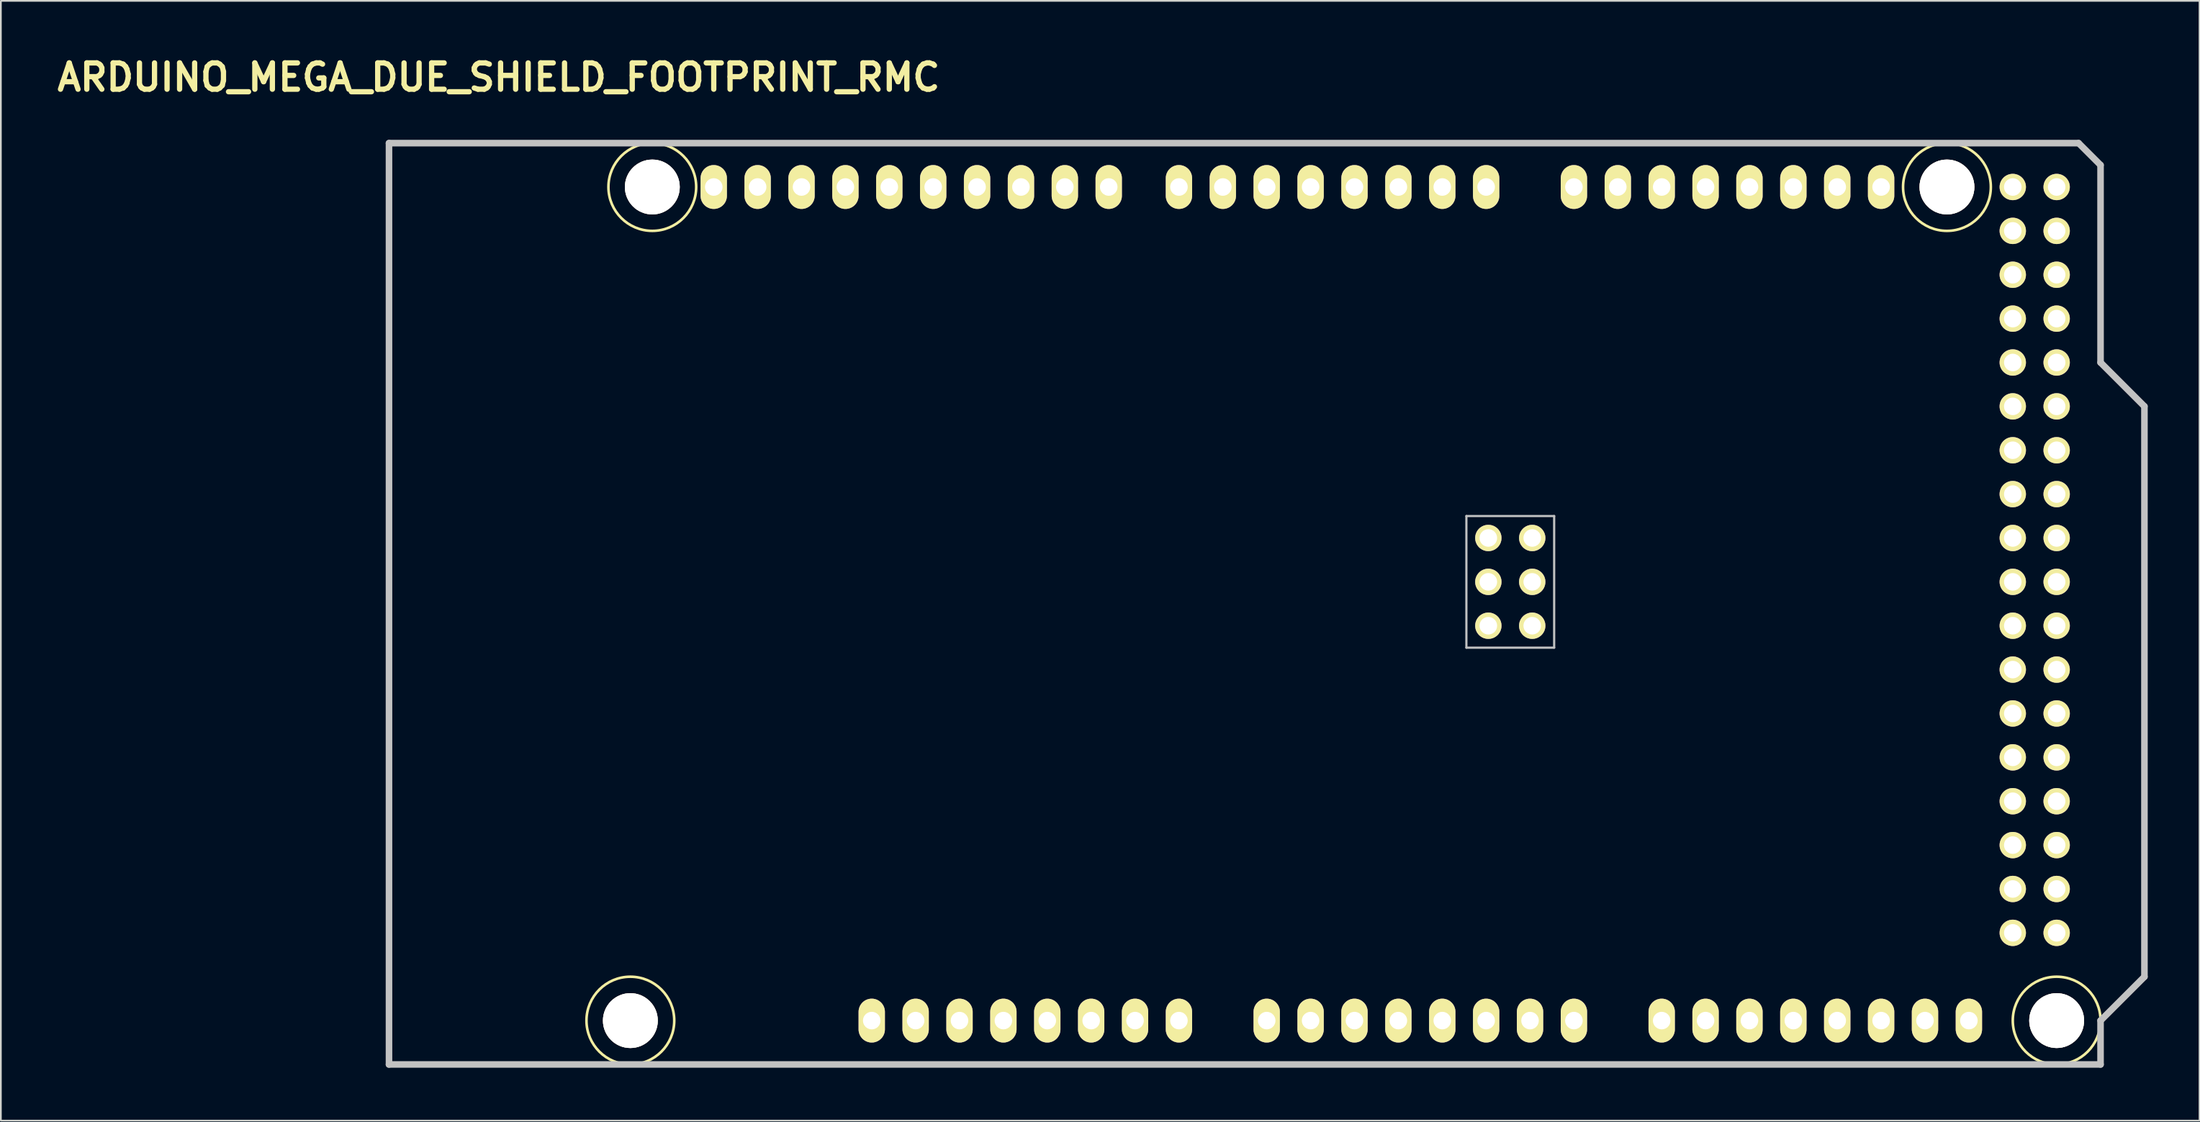
<source format=kicad_pcb>
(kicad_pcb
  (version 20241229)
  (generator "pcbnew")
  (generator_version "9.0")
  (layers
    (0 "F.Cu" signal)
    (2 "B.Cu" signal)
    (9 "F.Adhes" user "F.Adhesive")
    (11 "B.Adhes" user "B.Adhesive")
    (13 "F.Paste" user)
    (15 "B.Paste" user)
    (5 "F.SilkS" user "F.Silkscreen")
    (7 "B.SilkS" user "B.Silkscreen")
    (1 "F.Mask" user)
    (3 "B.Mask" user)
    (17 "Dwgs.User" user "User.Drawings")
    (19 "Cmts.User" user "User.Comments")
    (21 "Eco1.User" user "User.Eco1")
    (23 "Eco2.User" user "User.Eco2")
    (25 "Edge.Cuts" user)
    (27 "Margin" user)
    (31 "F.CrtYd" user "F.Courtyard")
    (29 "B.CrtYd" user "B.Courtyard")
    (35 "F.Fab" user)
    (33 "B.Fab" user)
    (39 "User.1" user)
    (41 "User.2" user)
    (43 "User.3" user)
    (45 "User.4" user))
  (footprint "ARDUINO_MEGA_DUE_SHIELD_FOOTPRINT_RMC"
    (layer "F.Cu")
    (at 19.464 58.576)
    (property "Reference" "ARDUINO_MEGA_DUE_SHIELD_FOOTPRINT_RMC" (at 6.35 -57.15 0) (layer "F.SilkS") (effects (font (size 1.524 1.524) (thickness 0.305))))
    (attr through_hole)
    (fp_circle (center 13.97 -2.54) (end 16.51 -2.54) (stroke (width 0.15) (type solid)) (fill no) (layer "F.SilkS"))
    (fp_circle (center 15.24 -50.8) (end 17.78 -50.8) (stroke (width 0.15) (type solid)) (fill no) (layer "F.SilkS"))
    (fp_circle (center 90.17 -50.8) (end 92.71 -50.8) (stroke (width 0.15) (type solid)) (fill no) (layer "F.SilkS"))
    (fp_circle (center 96.52 -2.54) (end 99.06 -2.54) (stroke (width 0.15) (type solid)) (fill no) (layer "F.SilkS"))
    (fp_line (start 0 0) (end 0 -53.34) (stroke (width 0.381) (type solid)) (layer "Dwgs.User"))
    (fp_line (start 62.357 -31.75) (end 62.357 -24.13) (stroke (width 0.127) (type solid)) (layer "Dwgs.User"))
    (fp_line (start 62.357 -24.13) (end 67.437 -24.13) (stroke (width 0.127) (type solid)) (layer "Dwgs.User"))
    (fp_line (start 67.437 -31.75) (end 62.357 -31.75) (stroke (width 0.127) (type solid)) (layer "Dwgs.User"))
    (fp_line (start 67.437 -24.13) (end 67.437 -31.75) (stroke (width 0.127) (type solid)) (layer "Dwgs.User"))
    (fp_line (start 97.79 -53.34) (end 0 -53.34) (stroke (width 0.381) (type solid)) (layer "Dwgs.User"))
    (fp_line (start 99.06 -52.07) (end 97.79 -53.34) (stroke (width 0.381) (type solid)) (layer "Dwgs.User"))
    (fp_line (start 99.06 -40.64) (end 99.06 -52.07) (stroke (width 0.381) (type solid)) (layer "Dwgs.User"))
    (fp_line (start 99.06 -40.64) (end 101.6 -38.1) (stroke (width 0.381) (type solid)) (layer "Dwgs.User"))
    (fp_line (start 99.06 -2.54) (end 99.06 0) (stroke (width 0.381) (type solid)) (layer "Dwgs.User"))
    (fp_line (start 99.06 0) (end 0 0) (stroke (width 0.381) (type solid)) (layer "Dwgs.User"))
    (fp_line (start 101.6 -38.1) (end 101.6 -5.08) (stroke (width 0.381) (type solid)) (layer "Dwgs.User"))
    (fp_line (start 101.6 -5.08) (end 99.06 -2.54) (stroke (width 0.381) (type solid)) (layer "Dwgs.User"))
    (pad "" thru_hole circle (at 13.97 -2.54 90) (size 3.175 3.175) (drill 3.175) (layers "*.Cu" "*.Mask" "F.SilkS"))
    (pad "" thru_hole circle (at 15.24 -50.8 90) (size 3.175 3.175) (drill 3.175) (layers "*.Cu" "*.Mask" "F.SilkS"))
    (pad "" thru_hole circle (at 90.17 -50.8 90) (size 3.175 3.175) (drill 3.175) (layers "*.Cu" "*.Mask" "F.SilkS"))
    (pad "" thru_hole circle (at 96.52 -2.54 90) (size 3.175 3.175) (drill 3.175) (layers "*.Cu" "*.Mask" "F.SilkS"))
    (pad "0" thru_hole oval (at 63.5 -50.8 90) (size 2.54 1.524) (drill 1.016) (layers "*.Cu" "*.Mask" "F.SilkS"))
    (pad "1" thru_hole oval (at 60.96 -50.8 90) (size 2.54 1.524) (drill 1.016) (layers "*.Cu" "*.Mask" "F.SilkS"))
    (pad "2" thru_hole oval (at 58.42 -50.8 90) (size 2.54 1.524) (drill 1.016) (layers "*.Cu" "*.Mask" "F.SilkS"))
    (pad "3" thru_hole oval (at 55.88 -50.8 90) (size 2.54 1.524) (drill 1.016) (layers "*.Cu" "*.Mask" "F.SilkS"))
    (pad "3V3" thru_hole oval (at 35.56 -2.54 90) (size 2.54 1.524) (drill 1.016) (layers "*.Cu" "*.Mask" "F.SilkS"))
    (pad "4" thru_hole oval (at 53.34 -50.8 90) (size 2.54 1.524) (drill 1.016) (layers "*.Cu" "*.Mask" "F.SilkS"))
    (pad "5" thru_hole oval (at 50.8 -50.8 90) (size 2.54 1.524) (drill 1.016) (layers "*.Cu" "*.Mask" "F.SilkS"))
    (pad "5V" thru_hole oval (at 38.1 -2.54 90) (size 2.54 1.524) (drill 1.016) (layers "*.Cu" "*.Mask" "F.SilkS"))
    (pad "5V_4" thru_hole circle (at 93.98 -50.8) (size 1.524 1.524) (drill 1.016) (layers "*.Cu" "*.Mask" "F.SilkS"))
    (pad "5V_5" thru_hole circle (at 96.52 -50.8) (size 1.524 1.524) (drill 1.016) (layers "*.Cu" "*.Mask" "F.SilkS"))
    (pad "5V_6" thru_hole circle (at 66.167 -30.48) (size 1.524 1.524) (drill 1.016) (layers "*.Cu" "*.Mask" "F.SilkS"))
    (pad "6" thru_hole oval (at 48.26 -50.8 90) (size 2.54 1.524) (drill 1.016) (layers "*.Cu" "*.Mask" "F.SilkS"))
    (pad "7" thru_hole oval (at 45.72 -50.8 90) (size 2.54 1.524) (drill 1.016) (layers "*.Cu" "*.Mask" "F.SilkS"))
    (pad "8" thru_hole oval (at 41.656 -50.8 90) (size 2.54 1.524) (drill 1.016) (layers "*.Cu" "*.Mask" "F.SilkS"))
    (pad "9" thru_hole oval (at 39.116 -50.8 90) (size 2.54 1.524) (drill 1.016) (layers "*.Cu" "*.Mask" "F.SilkS"))
    (pad "10" thru_hole oval (at 36.576 -50.8 90) (size 2.54 1.524) (drill 1.016) (layers "*.Cu" "*.Mask" "F.SilkS"))
    (pad "11" thru_hole oval (at 34.036 -50.8 90) (size 2.54 1.524) (drill 1.016) (layers "*.Cu" "*.Mask" "F.SilkS"))
    (pad "12" thru_hole oval (at 31.496 -50.8 90) (size 2.54 1.524) (drill 1.016) (layers "*.Cu" "*.Mask" "F.SilkS"))
    (pad "13" thru_hole oval (at 28.956 -50.8 90) (size 2.54 1.524) (drill 1.016) (layers "*.Cu" "*.Mask" "F.SilkS"))
    (pad "14" thru_hole oval (at 68.58 -50.8 90) (size 2.54 1.524) (drill 1.016) (layers "*.Cu" "*.Mask" "F.SilkS"))
    (pad "15" thru_hole oval (at 71.12 -50.8 90) (size 2.54 1.524) (drill 1.016) (layers "*.Cu" "*.Mask" "F.SilkS"))
    (pad "16" thru_hole oval (at 73.66 -50.8 90) (size 2.54 1.524) (drill 1.016) (layers "*.Cu" "*.Mask" "F.SilkS"))
    (pad "17" thru_hole oval (at 76.2 -50.8 90) (size 2.54 1.524) (drill 1.016) (layers "*.Cu" "*.Mask" "F.SilkS"))
    (pad "18" thru_hole oval (at 78.74 -50.8 90) (size 2.54 1.524) (drill 1.016) (layers "*.Cu" "*.Mask" "F.SilkS"))
    (pad "19" thru_hole oval (at 81.28 -50.8 90) (size 2.54 1.524) (drill 1.016) (layers "*.Cu" "*.Mask" "F.SilkS"))
    (pad "20" thru_hole oval (at 83.82 -50.8 90) (size 2.54 1.524) (drill 1.016) (layers "*.Cu" "*.Mask" "F.SilkS"))
    (pad "21" thru_hole oval (at 86.36 -50.8 90) (size 2.54 1.524) (drill 1.016) (layers "*.Cu" "*.Mask" "F.SilkS"))
    (pad "22" thru_hole circle (at 93.98 -48.26) (size 1.524 1.524) (drill 1.016) (layers "*.Cu" "*.Mask" "F.SilkS"))
    (pad "23" thru_hole circle (at 96.52 -48.26) (size 1.524 1.524) (drill 1.016) (layers "*.Cu" "*.Mask" "F.SilkS"))
    (pad "24" thru_hole circle (at 93.98 -45.72) (size 1.524 1.524) (drill 1.016) (layers "*.Cu" "*.Mask" "F.SilkS"))
    (pad "25" thru_hole circle (at 96.52 -45.72) (size 1.524 1.524) (drill 1.016) (layers "*.Cu" "*.Mask" "F.SilkS"))
    (pad "26" thru_hole circle (at 93.98 -43.18) (size 1.524 1.524) (drill 1.016) (layers "*.Cu" "*.Mask" "F.SilkS"))
    (pad "27" thru_hole circle (at 96.52 -43.18) (size 1.524 1.524) (drill 1.016) (layers "*.Cu" "*.Mask" "F.SilkS"))
    (pad "28" thru_hole circle (at 93.98 -40.64) (size 1.524 1.524) (drill 1.016) (layers "*.Cu" "*.Mask" "F.SilkS"))
    (pad "29" thru_hole circle (at 96.52 -40.64) (size 1.524 1.524) (drill 1.016) (layers "*.Cu" "*.Mask" "F.SilkS"))
    (pad "30" thru_hole circle (at 93.98 -38.1) (size 1.524 1.524) (drill 1.016) (layers "*.Cu" "*.Mask" "F.SilkS"))
    (pad "31" thru_hole circle (at 96.52 -38.1) (size 1.524 1.524) (drill 1.016) (layers "*.Cu" "*.Mask" "F.SilkS"))
    (pad "32" thru_hole circle (at 93.98 -35.56) (size 1.524 1.524) (drill 1.016) (layers "*.Cu" "*.Mask" "F.SilkS"))
    (pad "33" thru_hole circle (at 96.52 -35.56) (size 1.524 1.524) (drill 1.016) (layers "*.Cu" "*.Mask" "F.SilkS"))
    (pad "34" thru_hole circle (at 93.98 -33.02) (size 1.524 1.524) (drill 1.016) (layers "*.Cu" "*.Mask" "F.SilkS"))
    (pad "35" thru_hole circle (at 96.52 -33.02) (size 1.524 1.524) (drill 1.016) (layers "*.Cu" "*.Mask" "F.SilkS"))
    (pad "36" thru_hole circle (at 93.98 -30.48) (size 1.524 1.524) (drill 1.016) (layers "*.Cu" "*.Mask" "F.SilkS"))
    (pad "37" thru_hole circle (at 96.52 -30.48) (size 1.524 1.524) (drill 1.016) (layers "*.Cu" "*.Mask" "F.SilkS"))
    (pad "38" thru_hole circle (at 93.98 -27.94) (size 1.524 1.524) (drill 1.016) (layers "*.Cu" "*.Mask" "F.SilkS"))
    (pad "39" thru_hole circle (at 96.52 -27.94) (size 1.524 1.524) (drill 1.016) (layers "*.Cu" "*.Mask" "F.SilkS"))
    (pad "40" thru_hole circle (at 93.98 -25.4) (size 1.524 1.524) (drill 1.016) (layers "*.Cu" "*.Mask" "F.SilkS"))
    (pad "41" thru_hole circle (at 96.52 -25.4) (size 1.524 1.524) (drill 1.016) (layers "*.Cu" "*.Mask" "F.SilkS"))
    (pad "42" thru_hole circle (at 93.98 -22.86) (size 1.524 1.524) (drill 1.016) (layers "*.Cu" "*.Mask" "F.SilkS"))
    (pad "43" thru_hole circle (at 96.52 -22.86) (size 1.524 1.524) (drill 1.016) (layers "*.Cu" "*.Mask" "F.SilkS"))
    (pad "44" thru_hole circle (at 93.98 -20.32) (size 1.524 1.524) (drill 1.016) (layers "*.Cu" "*.Mask" "F.SilkS"))
    (pad "45" thru_hole circle (at 96.52 -20.32) (size 1.524 1.524) (drill 1.016) (layers "*.Cu" "*.Mask" "F.SilkS"))
    (pad "46" thru_hole circle (at 93.98 -17.78) (size 1.524 1.524) (drill 1.016) (layers "*.Cu" "*.Mask" "F.SilkS"))
    (pad "47" thru_hole circle (at 96.52 -17.78) (size 1.524 1.524) (drill 1.016) (layers "*.Cu" "*.Mask" "F.SilkS"))
    (pad "48" thru_hole circle (at 93.98 -15.24) (size 1.524 1.524) (drill 1.016) (layers "*.Cu" "*.Mask" "F.SilkS"))
    (pad "49" thru_hole circle (at 96.52 -15.24) (size 1.524 1.524) (drill 1.016) (layers "*.Cu" "*.Mask" "F.SilkS"))
    (pad "50" thru_hole circle (at 93.98 -12.7) (size 1.524 1.524) (drill 1.016) (layers "*.Cu" "*.Mask" "F.SilkS"))
    (pad "51" thru_hole circle (at 96.52 -12.7) (size 1.524 1.524) (drill 1.016) (layers "*.Cu" "*.Mask" "F.SilkS"))
    (pad "52" thru_hole circle (at 93.98 -10.16) (size 1.524 1.524) (drill 1.016) (layers "*.Cu" "*.Mask" "F.SilkS"))
    (pad "53" thru_hole circle (at 96.52 -10.16) (size 1.524 1.524) (drill 1.016) (layers "*.Cu" "*.Mask" "F.SilkS"))
    (pad "AD0" thru_hole oval (at 50.8 -2.54 90) (size 2.54 1.524) (drill 1.016) (layers "*.Cu" "*.Mask" "F.SilkS"))
    (pad "AD1" thru_hole oval (at 53.34 -2.54 90) (size 2.54 1.524) (drill 1.016) (layers "*.Cu" "*.Mask" "F.SilkS"))
    (pad "AD2" thru_hole oval (at 55.88 -2.54 90) (size 2.54 1.524) (drill 1.016) (layers "*.Cu" "*.Mask" "F.SilkS"))
    (pad "AD3" thru_hole oval (at 58.42 -2.54 90) (size 2.54 1.524) (drill 1.016) (layers "*.Cu" "*.Mask" "F.SilkS"))
    (pad "AD4" thru_hole oval (at 60.96 -2.54 90) (size 2.54 1.524) (drill 1.016) (layers "*.Cu" "*.Mask" "F.SilkS"))
    (pad "AD5" thru_hole oval (at 63.5 -2.54 90) (size 2.54 1.524) (drill 1.016) (layers "*.Cu" "*.Mask" "F.SilkS"))
    (pad "AD6" thru_hole oval (at 66.04 -2.54 90) (size 2.54 1.524) (drill 1.016) (layers "*.Cu" "*.Mask" "F.SilkS"))
    (pad "AD7" thru_hole oval (at 68.58 -2.54 90) (size 2.54 1.524) (drill 1.016) (layers "*.Cu" "*.Mask" "F.SilkS"))
    (pad "AD8" thru_hole oval (at 73.66 -2.54 90) (size 2.54 1.524) (drill 1.016) (layers "*.Cu" "*.Mask" "F.SilkS"))
    (pad "AD9" thru_hole oval (at 76.2 -2.54 90) (size 2.54 1.524) (drill 1.016) (layers "*.Cu" "*.Mask" "F.SilkS"))
    (pad "AD10" thru_hole oval (at 78.74 -2.54 90) (size 2.54 1.524) (drill 1.016) (layers "*.Cu" "*.Mask" "F.SilkS"))
    (pad "AD11" thru_hole oval (at 81.28 -2.54 90) (size 2.54 1.524) (drill 1.016) (layers "*.Cu" "*.Mask" "F.SilkS"))
    (pad "AD12" thru_hole oval (at 83.82 -2.54 90) (size 2.54 1.524) (drill 1.016) (layers "*.Cu" "*.Mask" "F.SilkS"))
    (pad "AD13" thru_hole oval (at 86.36 -2.54 90) (size 2.54 1.524) (drill 1.016) (layers "*.Cu" "*.Mask" "F.SilkS"))
    (pad "AD14" thru_hole oval (at 88.9 -2.54 90) (size 2.54 1.524) (drill 1.016) (layers "*.Cu" "*.Mask" "F.SilkS"))
    (pad "AD15" thru_hole oval (at 91.44 -2.54 90) (size 2.54 1.524) (drill 1.016) (layers "*.Cu" "*.Mask" "F.SilkS"))
    (pad "AREF" thru_hole oval (at 23.876 -50.8 90) (size 2.54 1.524) (drill 1.016) (layers "*.Cu" "*.Mask" "F.SilkS"))
    (pad "GND" thru_hole oval (at 26.416 -50.8 90) (size 2.54 1.524) (drill 1.016) (layers "*.Cu" "*.Mask" "F.SilkS"))
    (pad "GND" thru_hole oval (at 40.64 -2.54 90) (size 2.54 1.524) (drill 1.016) (layers "*.Cu" "*.Mask" "F.SilkS"))
    (pad "GND" thru_hole oval (at 43.18 -2.54 90) (size 2.54 1.524) (drill 1.016) (layers "*.Cu" "*.Mask" "F.SilkS"))
    (pad "GND4" thru_hole circle (at 93.98 -7.62) (size 1.524 1.524) (drill 1.016) (layers "*.Cu" "*.Mask" "F.SilkS"))
    (pad "GND5" thru_hole circle (at 96.52 -7.62) (size 1.524 1.524) (drill 1.016) (layers "*.Cu" "*.Mask" "F.SilkS"))
    (pad "GND6" thru_hole circle (at 66.167 -25.4) (size 1.524 1.524) (drill 1.016) (layers "*.Cu" "*.Mask" "F.SilkS"))
    (pad "IORF" thru_hole oval (at 30.48 -2.54 90) (size 2.54 1.524) (drill 1.016) (layers "*.Cu" "*.Mask" "F.SilkS"))
    (pad "MISO" thru_hole circle (at 63.627 -30.48) (size 1.524 1.524) (drill 1.016) (layers "*.Cu" "*.Mask" "F.SilkS"))
    (pad "MOSI" thru_hole circle (at 66.167 -27.94) (size 1.524 1.524) (drill 1.016) (layers "*.Cu" "*.Mask" "F.SilkS"))
    (pad "NC1" thru_hole oval (at 27.94 -2.54 90) (size 2.54 1.524) (drill 1.016) (layers "*.Cu" "*.Mask" "F.SilkS"))
    (pad "RST" thru_hole oval (at 33.02 -2.54 90) (size 2.54 1.524) (drill 1.016) (layers "*.Cu" "*.Mask" "F.SilkS"))
    (pad "RST2" thru_hole circle (at 63.627 -25.4) (size 1.524 1.524) (drill 1.016) (layers "*.Cu" "*.Mask" "F.SilkS"))
    (pad "SCK" thru_hole circle (at 63.627 -27.94) (size 1.524 1.524) (drill 1.016) (layers "*.Cu" "*.Mask" "F.SilkS"))
    (pad "SCL1" thru_hole oval (at 18.796 -50.8 90) (size 2.54 1.524) (drill 1.016) (layers "*.Cu" "*.Mask" "F.SilkS"))
    (pad "SDA1" thru_hole oval (at 21.336 -50.8 90) (size 2.54 1.524) (drill 1.016) (layers "*.Cu" "*.Mask" "F.SilkS"))
    (pad "V_IN" thru_hole oval (at 45.72 -2.54 90) (size 2.54 1.524) (drill 1.016) (layers "*.Cu" "*.Mask" "F.SilkS")))
  (gr_rect
    (start -3 -3)
    (end 124.254 61.826)
    (stroke (width 0.1) (type default))
    (fill no)
    (layer "Edge.Cuts")))
</source>
